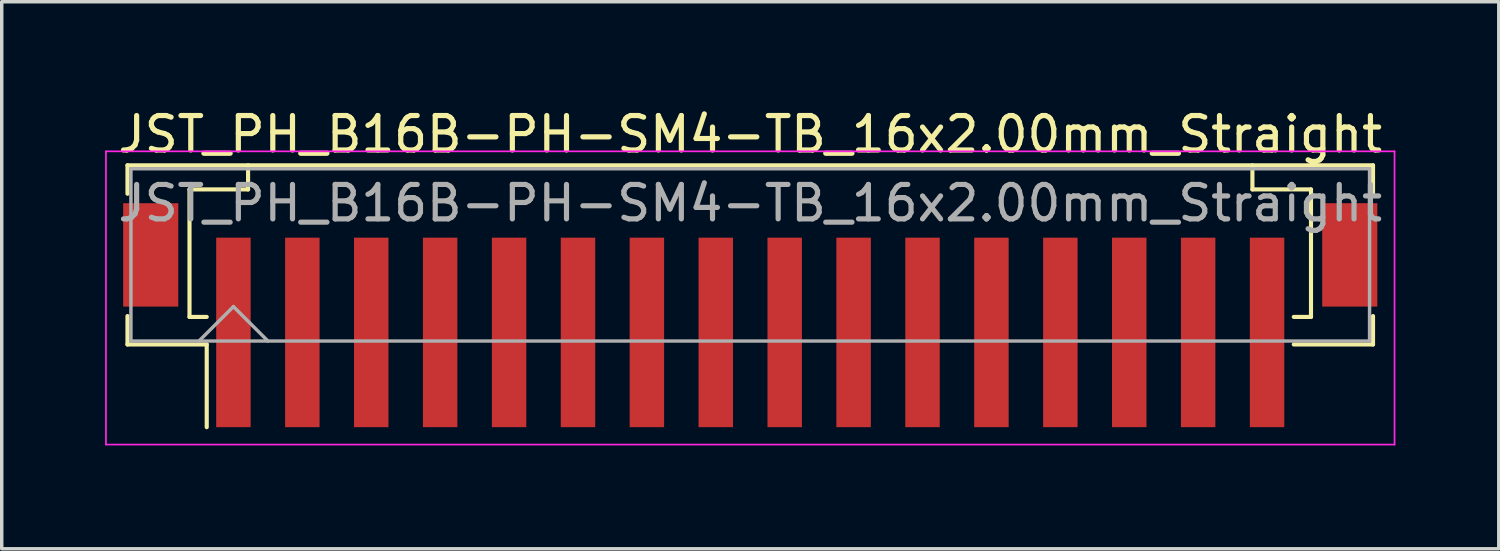
<source format=kicad_pcb>
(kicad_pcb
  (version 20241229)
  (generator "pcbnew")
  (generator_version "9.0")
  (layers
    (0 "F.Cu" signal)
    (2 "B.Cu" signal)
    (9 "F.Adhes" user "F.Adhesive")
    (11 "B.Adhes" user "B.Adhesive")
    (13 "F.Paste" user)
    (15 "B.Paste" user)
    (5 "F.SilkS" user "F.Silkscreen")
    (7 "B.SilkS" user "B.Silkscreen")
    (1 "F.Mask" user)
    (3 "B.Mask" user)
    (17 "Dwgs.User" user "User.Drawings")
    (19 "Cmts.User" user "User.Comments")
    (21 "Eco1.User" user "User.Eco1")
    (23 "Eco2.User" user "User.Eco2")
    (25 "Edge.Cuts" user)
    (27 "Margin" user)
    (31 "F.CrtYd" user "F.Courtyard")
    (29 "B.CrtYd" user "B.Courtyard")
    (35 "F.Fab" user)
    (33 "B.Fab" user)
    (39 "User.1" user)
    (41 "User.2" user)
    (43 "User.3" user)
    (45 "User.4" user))
  (footprint "JST_PH_B16B-PH-SM4-TB_16x2.00mm_Straight"
    (layer "F.Cu")
    (at 18.725 5.473)
    (property "Reference" "JST_PH_B16B-PH-SM4-TB_16x2.00mm_Straight" (at 0 -4.625 0) (layer "F.SilkS") (effects (font (size 1 1) (thickness 0.15))))
    (attr smd)
    (fp_line (start -18.075 -3.725) (end 18.075 -3.725) (stroke (width 0.12) (type solid)) (layer "F.SilkS"))
    (fp_line (start -18.075 -2.9) (end -18.075 -3.725) (stroke (width 0.12) (type solid)) (layer "F.SilkS"))
    (fp_line (start -18.075 0.65) (end -18.075 1.475) (stroke (width 0.12) (type solid)) (layer "F.SilkS"))
    (fp_line (start -18.075 1.475) (end -15.775 1.475) (stroke (width 0.12) (type solid)) (layer "F.SilkS"))
    (fp_line (start -16.275 -3.025) (end -16.275 0.675) (stroke (width 0.12) (type solid)) (layer "F.SilkS"))
    (fp_line (start -16.275 0.675) (end -15.775 0.675) (stroke (width 0.12) (type solid)) (layer "F.SilkS"))
    (fp_line (start -15.775 1.475) (end -15.775 3.875) (stroke (width 0.12) (type solid)) (layer "F.SilkS"))
    (fp_line (start -14.575 -3.725) (end -14.575 -3.025) (stroke (width 0.12) (type solid)) (layer "F.SilkS"))
    (fp_line (start -14.575 -3.025) (end -16.275 -3.025) (stroke (width 0.12) (type solid)) (layer "F.SilkS"))
    (fp_line (start 14.575 -3.725) (end 14.575 -3.025) (stroke (width 0.12) (type solid)) (layer "F.SilkS"))
    (fp_line (start 14.575 -3.025) (end 16.275 -3.025) (stroke (width 0.12) (type solid)) (layer "F.SilkS"))
    (fp_line (start 16.275 -3.025) (end 16.275 0.675) (stroke (width 0.12) (type solid)) (layer "F.SilkS"))
    (fp_line (start 16.275 0.675) (end 15.775 0.675) (stroke (width 0.12) (type solid)) (layer "F.SilkS"))
    (fp_line (start 18.075 -3.725) (end 18.075 -2.9) (stroke (width 0.12) (type solid)) (layer "F.SilkS"))
    (fp_line (start 18.075 0.65) (end 18.075 1.475) (stroke (width 0.12) (type solid)) (layer "F.SilkS"))
    (fp_line (start 18.075 1.475) (end 15.775 1.475) (stroke (width 0.12) (type solid)) (layer "F.SilkS"))
    (fp_line (start -18.7 -4.13) (end -18.7 4.38) (stroke (width 0.05) (type solid)) (layer "F.CrtYd"))
    (fp_line (start -18.7 4.38) (end 18.7 4.38) (stroke (width 0.05) (type solid)) (layer "F.CrtYd"))
    (fp_line (start 18.7 -4.13) (end -18.7 -4.13) (stroke (width 0.05) (type solid)) (layer "F.CrtYd"))
    (fp_line (start 18.7 4.38) (end 18.7 -4.13) (stroke (width 0.05) (type solid)) (layer "F.CrtYd"))
    (fp_line (start -17.975 -3.625) (end -17.975 1.375) (stroke (width 0.1) (type solid)) (layer "F.Fab"))
    (fp_line (start -17.975 1.375) (end 17.975 1.375) (stroke (width 0.1) (type solid)) (layer "F.Fab"))
    (fp_line (start -16 1.375) (end -15 0.375) (stroke (width 0.1) (type solid)) (layer "F.Fab"))
    (fp_line (start -15 0.375) (end -14 1.375) (stroke (width 0.1) (type solid)) (layer "F.Fab"))
    (fp_line (start 17.975 -3.625) (end -17.975 -3.625) (stroke (width 0.1) (type solid)) (layer "F.Fab"))
    (fp_line (start 17.975 1.375) (end 17.975 -3.625) (stroke (width 0.1) (type solid)) (layer "F.Fab"))
    (fp_text user "${REFERENCE}" (at 0 -2.625 0) (layer "F.Fab") (effects (font (size 1 1) (thickness 0.15))))
    (pad "" smd rect (at -17.4 -1.125) (size 1.6 3) (layers "F.Cu" "F.Mask" "F.Paste"))
    (pad "" smd rect (at 17.4 -1.125) (size 1.6 3) (layers "F.Cu" "F.Mask" "F.Paste"))
    (pad "1" smd rect (at -15 1.125) (size 1 5.5) (layers "F.Cu" "F.Mask" "F.Paste"))
    (pad "2" smd rect (at -13 1.125) (size 1 5.5) (layers "F.Cu" "F.Mask" "F.Paste"))
    (pad "3" smd rect (at -11 1.125) (size 1 5.5) (layers "F.Cu" "F.Mask" "F.Paste"))
    (pad "4" smd rect (at -9 1.125) (size 1 5.5) (layers "F.Cu" "F.Mask" "F.Paste"))
    (pad "5" smd rect (at -7 1.125) (size 1 5.5) (layers "F.Cu" "F.Mask" "F.Paste"))
    (pad "6" smd rect (at -5 1.125) (size 1 5.5) (layers "F.Cu" "F.Mask" "F.Paste"))
    (pad "7" smd rect (at -3 1.125) (size 1 5.5) (layers "F.Cu" "F.Mask" "F.Paste"))
    (pad "8" smd rect (at -1 1.125) (size 1 5.5) (layers "F.Cu" "F.Mask" "F.Paste"))
    (pad "9" smd rect (at 1 1.125) (size 1 5.5) (layers "F.Cu" "F.Mask" "F.Paste"))
    (pad "10" smd rect (at 3 1.125) (size 1 5.5) (layers "F.Cu" "F.Mask" "F.Paste"))
    (pad "11" smd rect (at 5 1.125) (size 1 5.5) (layers "F.Cu" "F.Mask" "F.Paste"))
    (pad "12" smd rect (at 7 1.125) (size 1 5.5) (layers "F.Cu" "F.Mask" "F.Paste"))
    (pad "13" smd rect (at 9 1.125) (size 1 5.5) (layers "F.Cu" "F.Mask" "F.Paste"))
    (pad "14" smd rect (at 11 1.125) (size 1 5.5) (layers "F.Cu" "F.Mask" "F.Paste"))
    (pad "15" smd rect (at 13 1.125) (size 1 5.5) (layers "F.Cu" "F.Mask" "F.Paste"))
    (pad "16" smd rect (at 15 1.125) (size 1 5.5) (layers "F.Cu" "F.Mask" "F.Paste")))
  (gr_rect
    (start -3 -3)
    (end 40.45 12.878)
    (stroke (width 0.1) (type default))
    (fill no)
    (layer "Edge.Cuts")))
</source>
